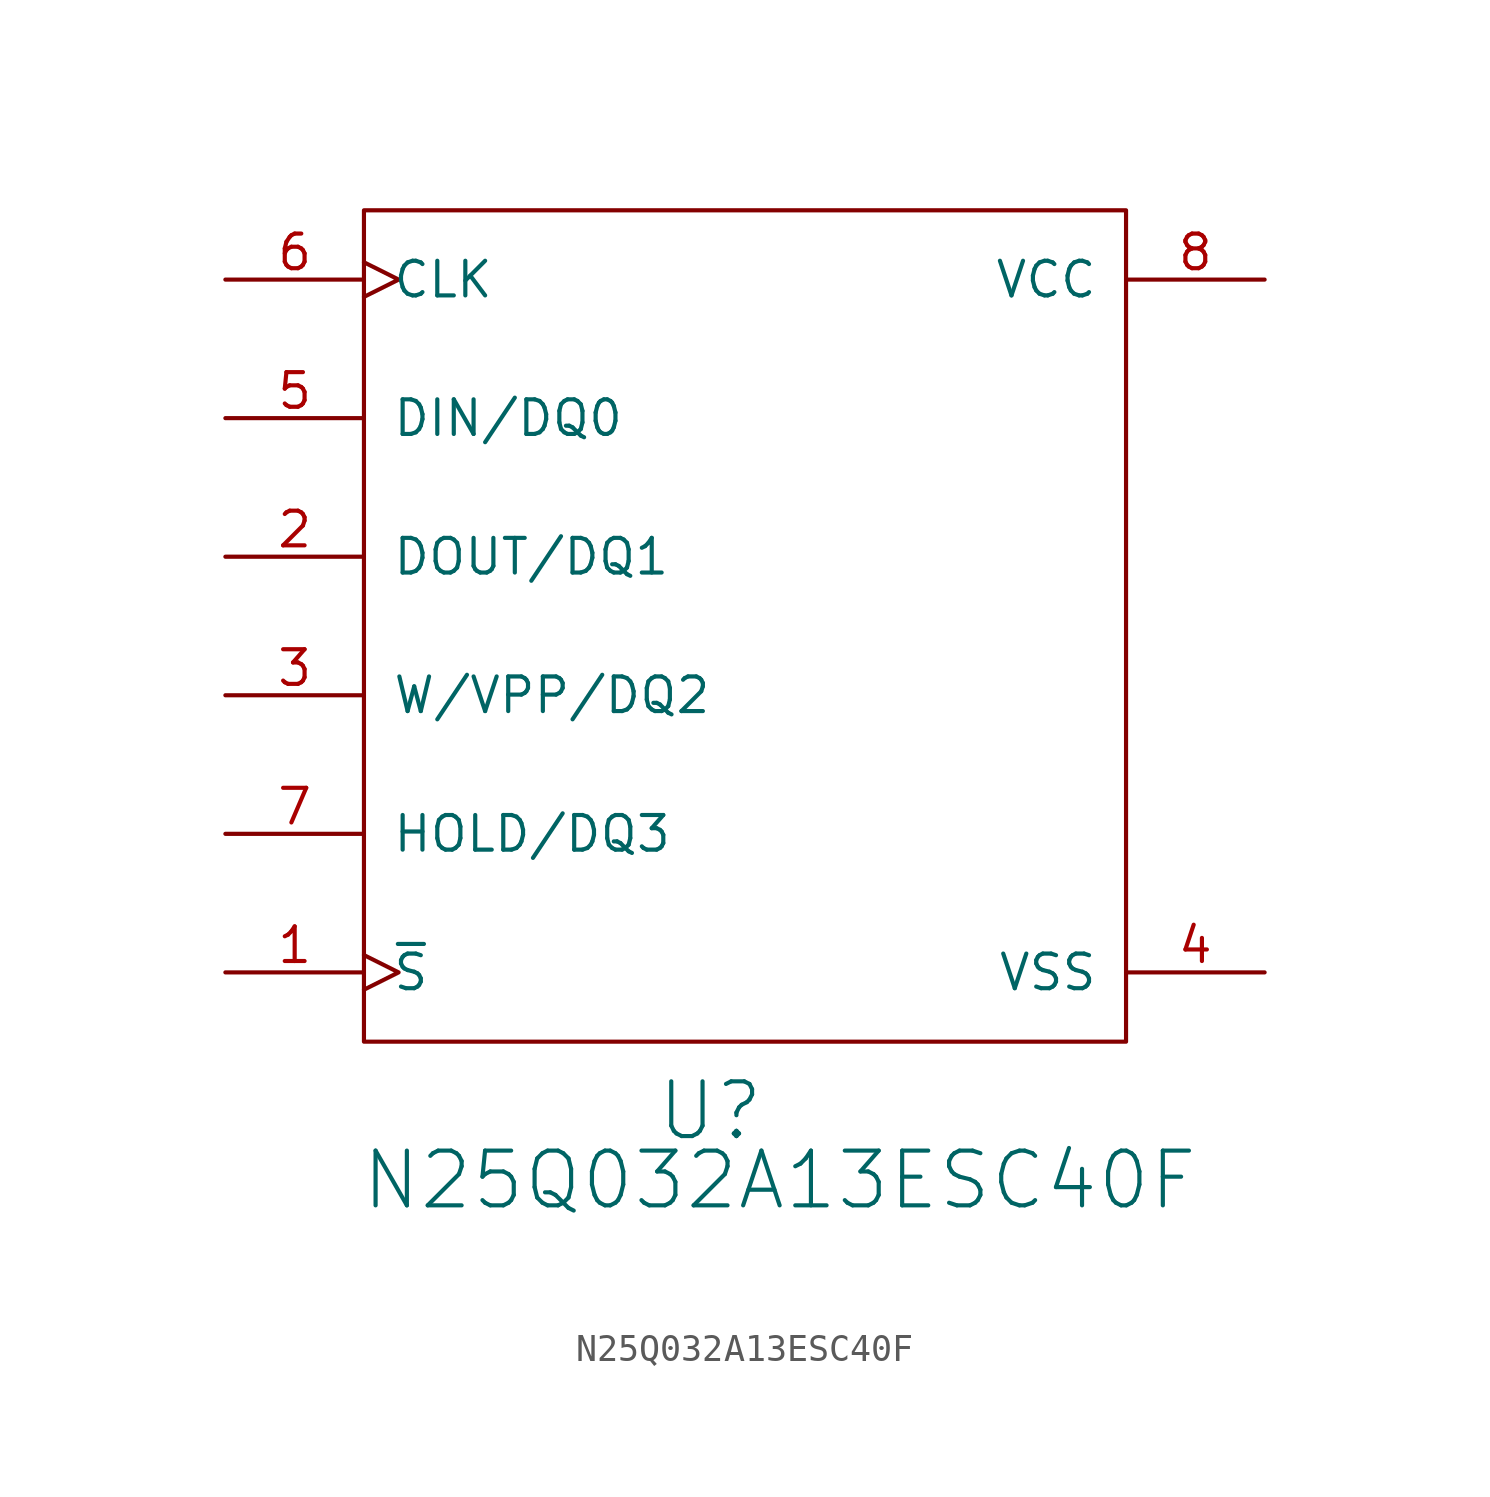
<source format=kicad_sym>
(kicad_symbol_lib
  (version 20220914)
  (generator kicad_symbol_editor)
  (symbol "N25Q032A13ESC40F"
    (pin_names
      (offset 1.016))
    (property "Reference" "U"
      (at 12.7 -2.54 0)
      (effects (font (size 2.007 2.007))))
    (property "Value" "N25Q032A13ESC40F"
      (at 15.24 -5.08 0)
      (effects (font (size 2.007 2.007))))
    (property "Datasheet" ""
      (at 3.81 -2.54 0)
      (effects (font (size 2.007 2.007))))
    (symbol "N25Q032A13ESC40F_1_1"
      (rectangle (start 0 30.48) (end 27.94 0) (stroke (width 0) (type solid)) (fill (type none)))
      (pin input clock (at -5.08 2.54 0) (length 5.08) (name "~{S}" (effects (font (size 1.27 1.27)))) (number "1" (effects (font (size 1.27 1.27)))))
      (pin bidirectional line (at -5.08 17.78 0) (length 5.08) (name "DOUT/DQ1" (effects (font (size 1.27 1.27)))) (number "2" (effects (font (size 1.27 1.27)))))
      (pin bidirectional line (at -5.08 12.7 0) (length 5.08) (name "W/VPP/DQ2" (effects (font (size 1.27 1.27)))) (number "3" (effects (font (size 1.27 1.27)))))
      (pin power_in line (at 33.02 2.54 180) (length 5.08) (name "VSS" (effects (font (size 1.27 1.27)))) (number "4" (effects (font (size 1.27 1.27)))))
      (pin bidirectional line (at -5.08 22.86 0) (length 5.08) (name "DIN/DQ0" (effects (font (size 1.27 1.27)))) (number "5" (effects (font (size 1.27 1.27)))))
      (pin input clock (at -5.08 27.94 0) (length 5.08) (name "CLK" (effects (font (size 1.27 1.27)))) (number "6" (effects (font (size 1.27 1.27)))))
      (pin bidirectional line (at -5.08 7.62 0) (length 5.08) (name "HOLD/DQ3" (effects (font (size 1.27 1.27)))) (number "7" (effects (font (size 1.27 1.27)))))
      (pin power_in line (at 33.02 27.94 180) (length 5.08) (name "VCC" (effects (font (size 1.27 1.27)))) (number "8" (effects (font (size 1.27 1.27))))))))
</source>
